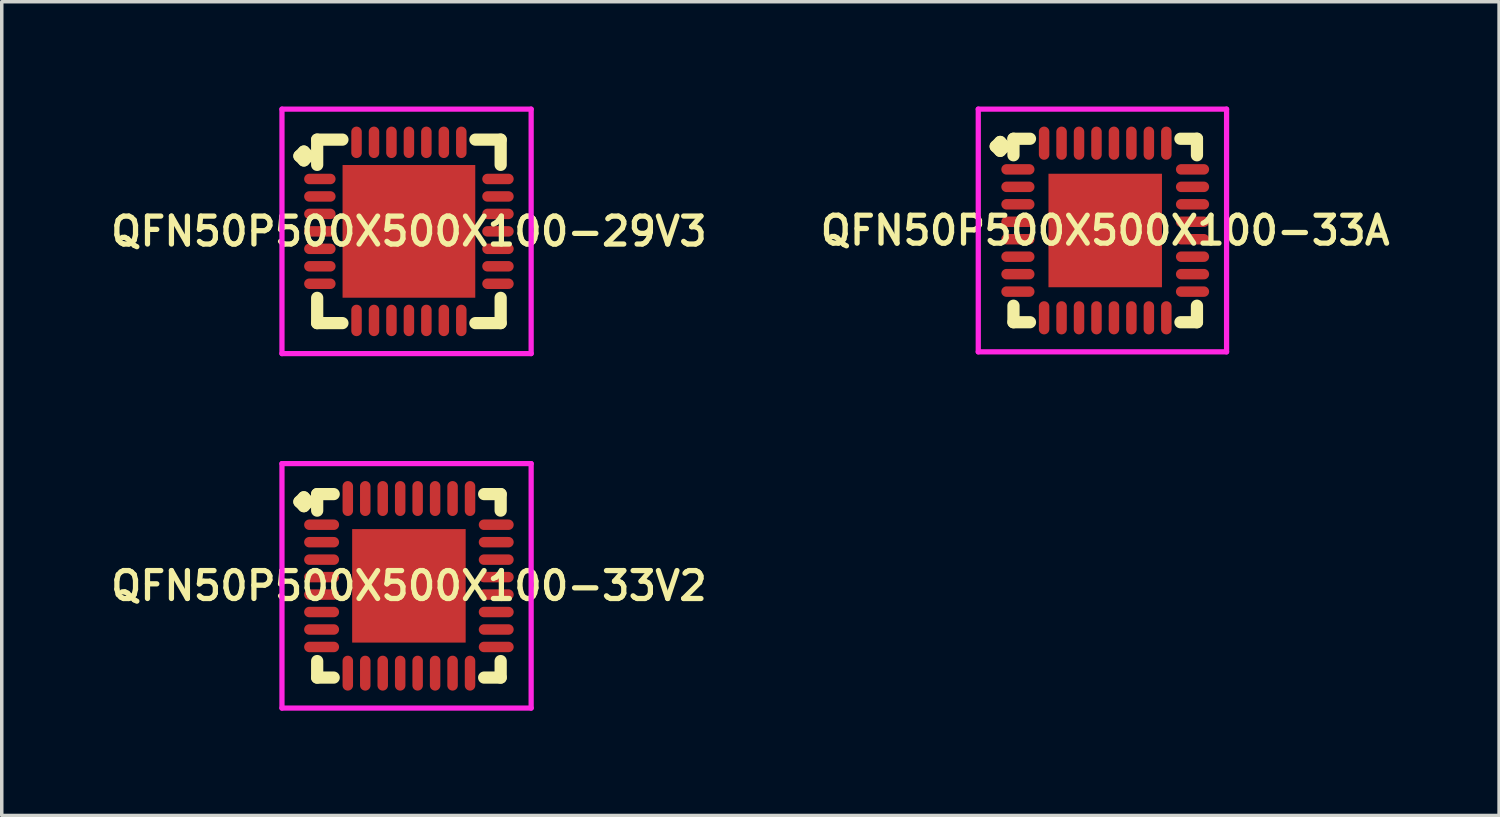
<source format=kicad_pcb>
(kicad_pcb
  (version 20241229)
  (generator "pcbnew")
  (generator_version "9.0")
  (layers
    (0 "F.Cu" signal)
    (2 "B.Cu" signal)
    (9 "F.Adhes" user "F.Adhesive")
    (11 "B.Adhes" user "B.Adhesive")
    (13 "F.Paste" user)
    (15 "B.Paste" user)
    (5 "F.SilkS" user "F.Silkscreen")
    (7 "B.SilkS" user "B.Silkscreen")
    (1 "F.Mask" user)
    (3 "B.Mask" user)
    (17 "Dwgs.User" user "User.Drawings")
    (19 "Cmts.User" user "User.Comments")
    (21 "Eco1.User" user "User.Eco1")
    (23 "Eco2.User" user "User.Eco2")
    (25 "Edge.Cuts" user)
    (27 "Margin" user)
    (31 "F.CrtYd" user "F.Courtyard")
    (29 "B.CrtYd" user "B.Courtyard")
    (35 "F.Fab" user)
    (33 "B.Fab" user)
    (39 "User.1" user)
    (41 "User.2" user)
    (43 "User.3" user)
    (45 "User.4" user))
  (footprint "QFN50P500X500X100-33A"
    (layer "F.Cu")
    (at 28.597 3.55)
    (property "Reference" "QFN50P500X500X100-33A" (at 0 0 0) (layer "F.SilkS") (effects (font (size 0.8 0.8) (thickness 0.15))))
    (attr smd)
    (fp_line (start -3.135 -2.408) (end -3.008 -2.535) (stroke (width 0.35) (type solid)) (layer "F.SilkS"))
    (fp_line (start -3.008 -2.535) (end -2.881 -2.408) (stroke (width 0.35) (type solid)) (layer "F.SilkS"))
    (fp_line (start -3.008 -2.281) (end -3.135 -2.408) (stroke (width 0.35) (type solid)) (layer "F.SilkS"))
    (fp_line (start -2.881 -2.408) (end -3.008 -2.281) (stroke (width 0.35) (type solid)) (layer "F.SilkS"))
    (fp_line (start -2.627 -2.627) (end -2.154 -2.627) (stroke (width 0.35) (type solid)) (layer "F.SilkS"))
    (fp_line (start -2.627 -2.154) (end -2.627 -2.627) (stroke (width 0.35) (type solid)) (layer "F.SilkS"))
    (fp_line (start -2.627 2.154) (end -2.627 2.627) (stroke (width 0.35) (type solid)) (layer "F.SilkS"))
    (fp_line (start -2.627 2.627) (end -2.154 2.627) (stroke (width 0.35) (type solid)) (layer "F.SilkS"))
    (fp_line (start 2.154 -2.627) (end 2.627 -2.627) (stroke (width 0.35) (type solid)) (layer "F.SilkS"))
    (fp_line (start 2.154 2.627) (end 2.627 2.627) (stroke (width 0.35) (type solid)) (layer "F.SilkS"))
    (fp_line (start 2.627 -2.627) (end 2.627 -2.154) (stroke (width 0.35) (type solid)) (layer "F.SilkS"))
    (fp_line (start 2.627 2.627) (end 2.627 2.154) (stroke (width 0.35) (type solid)) (layer "F.SilkS"))
    (fp_line (start -3.635 -3.475) (end 3.475 -3.475) (stroke (width 0.15) (type solid)) (layer "F.CrtYd"))
    (fp_line (start -3.635 3.475) (end -3.635 -3.475) (stroke (width 0.15) (type solid)) (layer "F.CrtYd"))
    (fp_line (start 3.475 -3.475) (end 3.475 3.475) (stroke (width 0.15) (type solid)) (layer "F.CrtYd"))
    (fp_line (start 3.475 3.475) (end -3.635 3.475) (stroke (width 0.15) (type solid)) (layer "F.CrtYd"))
    (pad "1" smd oval (at -2.5 -1.75) (size 0.95 0.3) (layers "F.Cu" "F.Mask" "F.Paste"))
    (pad "2" smd oval (at -2.5 -1.25) (size 0.95 0.3) (layers "F.Cu" "F.Mask" "F.Paste"))
    (pad "3" smd oval (at -2.5 -0.75) (size 0.95 0.3) (layers "F.Cu" "F.Mask" "F.Paste"))
    (pad "4" smd oval (at -2.5 -0.25) (size 0.95 0.3) (layers "F.Cu" "F.Mask" "F.Paste"))
    (pad "5" smd oval (at -2.5 0.25) (size 0.95 0.3) (layers "F.Cu" "F.Mask" "F.Paste"))
    (pad "6" smd oval (at -2.5 0.75) (size 0.95 0.3) (layers "F.Cu" "F.Mask" "F.Paste"))
    (pad "7" smd oval (at -2.5 1.25) (size 0.95 0.3) (layers "F.Cu" "F.Mask" "F.Paste"))
    (pad "8" smd oval (at -2.5 1.75) (size 0.95 0.3) (layers "F.Cu" "F.Mask" "F.Paste"))
    (pad "9" smd oval (at -1.75 2.5) (size 0.3 0.95) (layers "F.Cu" "F.Mask" "F.Paste"))
    (pad "10" smd oval (at -1.25 2.5) (size 0.3 0.95) (layers "F.Cu" "F.Mask" "F.Paste"))
    (pad "11" smd oval (at -0.75 2.5) (size 0.3 0.95) (layers "F.Cu" "F.Mask" "F.Paste"))
    (pad "12" smd oval (at -0.25 2.5) (size 0.3 0.95) (layers "F.Cu" "F.Mask" "F.Paste"))
    (pad "13" smd oval (at 0.25 2.5) (size 0.3 0.95) (layers "F.Cu" "F.Mask" "F.Paste"))
    (pad "14" smd oval (at 0.75 2.5) (size 0.3 0.95) (layers "F.Cu" "F.Mask" "F.Paste"))
    (pad "15" smd oval (at 1.25 2.5) (size 0.3 0.95) (layers "F.Cu" "F.Mask" "F.Paste"))
    (pad "16" smd oval (at 1.75 2.5) (size 0.3 0.95) (layers "F.Cu" "F.Mask" "F.Paste"))
    (pad "17" smd oval (at 2.5 1.75) (size 0.95 0.3) (layers "F.Cu" "F.Mask" "F.Paste"))
    (pad "18" smd oval (at 2.5 1.25) (size 0.95 0.3) (layers "F.Cu" "F.Mask" "F.Paste"))
    (pad "19" smd oval (at 2.5 0.75) (size 0.95 0.3) (layers "F.Cu" "F.Mask" "F.Paste"))
    (pad "20" smd oval (at 2.5 0.25) (size 0.95 0.3) (layers "F.Cu" "F.Mask" "F.Paste"))
    (pad "21" smd oval (at 2.5 -0.25) (size 0.95 0.3) (layers "F.Cu" "F.Mask" "F.Paste"))
    (pad "22" smd oval (at 2.5 -0.75) (size 0.95 0.3) (layers "F.Cu" "F.Mask" "F.Paste"))
    (pad "23" smd oval (at 2.5 -1.25) (size 0.95 0.3) (layers "F.Cu" "F.Mask" "F.Paste"))
    (pad "24" smd oval (at 2.5 -1.75) (size 0.95 0.3) (layers "F.Cu" "F.Mask" "F.Paste"))
    (pad "25" smd oval (at 1.75 -2.5) (size 0.3 0.95) (layers "F.Cu" "F.Mask" "F.Paste"))
    (pad "26" smd oval (at 1.25 -2.5) (size 0.3 0.95) (layers "F.Cu" "F.Mask" "F.Paste"))
    (pad "27" smd oval (at 0.75 -2.5) (size 0.3 0.95) (layers "F.Cu" "F.Mask" "F.Paste"))
    (pad "28" smd oval (at 0.25 -2.5) (size 0.3 0.95) (layers "F.Cu" "F.Mask" "F.Paste"))
    (pad "29" smd oval (at -0.25 -2.5) (size 0.3 0.95) (layers "F.Cu" "F.Mask" "F.Paste"))
    (pad "30" smd oval (at -0.75 -2.5) (size 0.3 0.95) (layers "F.Cu" "F.Mask" "F.Paste"))
    (pad "31" smd oval (at -1.25 -2.5) (size 0.3 0.95) (layers "F.Cu" "F.Mask" "F.Paste"))
    (pad "32" smd oval (at -1.75 -2.5) (size 0.3 0.95) (layers "F.Cu" "F.Mask" "F.Paste"))
    (pad "33" smd rect (at 0 0) (size 3.25 3.25) (layers "F.Cu" "F.Mask" "F.Paste")))
  (footprint "QFN50P500X500X100-29V3"
    (layer "F.Cu")
    (at 8.659 3.575)
    (property "Reference" "QFN50P500X500X100-29V3" (at 0 0 0) (layer "F.SilkS") (effects (font (size 0.8 0.8) (thickness 0.15))))
    (attr smd)
    (fp_line (start -3.135 -2.158) (end -3.008 -2.285) (stroke (width 0.35) (type solid)) (layer "F.SilkS"))
    (fp_line (start -3.008 -2.285) (end -2.881 -2.158) (stroke (width 0.35) (type solid)) (layer "F.SilkS"))
    (fp_line (start -3.008 -2.031) (end -3.135 -2.158) (stroke (width 0.35) (type solid)) (layer "F.SilkS"))
    (fp_line (start -2.881 -2.158) (end -3.008 -2.031) (stroke (width 0.35) (type solid)) (layer "F.SilkS"))
    (fp_line (start -2.627 -2.627) (end -1.904 -2.627) (stroke (width 0.35) (type solid)) (layer "F.SilkS"))
    (fp_line (start -2.627 -1.904) (end -2.627 -2.627) (stroke (width 0.35) (type solid)) (layer "F.SilkS"))
    (fp_line (start -2.627 1.904) (end -2.627 2.627) (stroke (width 0.35) (type solid)) (layer "F.SilkS"))
    (fp_line (start -2.627 2.627) (end -1.904 2.627) (stroke (width 0.35) (type solid)) (layer "F.SilkS"))
    (fp_line (start 1.904 -2.627) (end 2.627 -2.627) (stroke (width 0.35) (type solid)) (layer "F.SilkS"))
    (fp_line (start 1.904 2.627) (end 2.627 2.627) (stroke (width 0.35) (type solid)) (layer "F.SilkS"))
    (fp_line (start 2.627 -2.627) (end 2.627 -1.904) (stroke (width 0.35) (type solid)) (layer "F.SilkS"))
    (fp_line (start 2.627 2.627) (end 2.627 1.904) (stroke (width 0.35) (type solid)) (layer "F.SilkS"))
    (fp_line (start -3.635 -3.5) (end 3.5 -3.5) (stroke (width 0.15) (type solid)) (layer "F.CrtYd"))
    (fp_line (start -3.635 3.5) (end -3.635 -3.5) (stroke (width 0.15) (type solid)) (layer "F.CrtYd"))
    (fp_line (start 3.5 -3.5) (end 3.5 3.5) (stroke (width 0.15) (type solid)) (layer "F.CrtYd"))
    (fp_line (start 3.5 3.5) (end -3.635 3.5) (stroke (width 0.15) (type solid)) (layer "F.CrtYd"))
    (pad "1" smd oval (at -2.55 -1.5) (size 0.9 0.3) (layers "F.Cu" "F.Mask" "F.Paste"))
    (pad "2" smd oval (at -2.55 -1) (size 0.9 0.3) (layers "F.Cu" "F.Mask" "F.Paste"))
    (pad "3" smd oval (at -2.55 -0.5) (size 0.9 0.3) (layers "F.Cu" "F.Mask" "F.Paste"))
    (pad "4" smd oval (at -2.55 0) (size 0.9 0.3) (layers "F.Cu" "F.Mask" "F.Paste"))
    (pad "5" smd oval (at -2.55 0.5) (size 0.9 0.3) (layers "F.Cu" "F.Mask" "F.Paste"))
    (pad "6" smd oval (at -2.55 1) (size 0.9 0.3) (layers "F.Cu" "F.Mask" "F.Paste"))
    (pad "7" smd oval (at -2.55 1.5) (size 0.9 0.3) (layers "F.Cu" "F.Mask" "F.Paste"))
    (pad "8" smd oval (at -1.5 2.55) (size 0.3 0.9) (layers "F.Cu" "F.Mask" "F.Paste"))
    (pad "9" smd oval (at -1 2.55) (size 0.3 0.9) (layers "F.Cu" "F.Mask" "F.Paste"))
    (pad "10" smd oval (at -0.5 2.55) (size 0.3 0.9) (layers "F.Cu" "F.Mask" "F.Paste"))
    (pad "11" smd oval (at 0 2.55) (size 0.3 0.9) (layers "F.Cu" "F.Mask" "F.Paste"))
    (pad "12" smd oval (at 0.5 2.55) (size 0.3 0.9) (layers "F.Cu" "F.Mask" "F.Paste"))
    (pad "13" smd oval (at 1 2.55) (size 0.3 0.9) (layers "F.Cu" "F.Mask" "F.Paste"))
    (pad "14" smd oval (at 1.5 2.55) (size 0.3 0.9) (layers "F.Cu" "F.Mask" "F.Paste"))
    (pad "15" smd oval (at 2.55 1.5) (size 0.9 0.3) (layers "F.Cu" "F.Mask" "F.Paste"))
    (pad "16" smd oval (at 2.55 1) (size 0.9 0.3) (layers "F.Cu" "F.Mask" "F.Paste"))
    (pad "17" smd oval (at 2.55 0.5) (size 0.9 0.3) (layers "F.Cu" "F.Mask" "F.Paste"))
    (pad "18" smd oval (at 2.55 0) (size 0.9 0.3) (layers "F.Cu" "F.Mask" "F.Paste"))
    (pad "19" smd oval (at 2.55 -0.5) (size 0.9 0.3) (layers "F.Cu" "F.Mask" "F.Paste"))
    (pad "20" smd oval (at 2.55 -1) (size 0.9 0.3) (layers "F.Cu" "F.Mask" "F.Paste"))
    (pad "21" smd oval (at 2.55 -1.5) (size 0.9 0.3) (layers "F.Cu" "F.Mask" "F.Paste"))
    (pad "22" smd oval (at 1.5 -2.55) (size 0.3 0.9) (layers "F.Cu" "F.Mask" "F.Paste"))
    (pad "23" smd oval (at 1 -2.55) (size 0.3 0.9) (layers "F.Cu" "F.Mask" "F.Paste"))
    (pad "24" smd oval (at 0.5 -2.55) (size 0.3 0.9) (layers "F.Cu" "F.Mask" "F.Paste"))
    (pad "25" smd oval (at 0 -2.55) (size 0.3 0.9) (layers "F.Cu" "F.Mask" "F.Paste"))
    (pad "26" smd oval (at -0.5 -2.55) (size 0.3 0.9) (layers "F.Cu" "F.Mask" "F.Paste"))
    (pad "27" smd oval (at -1 -2.55) (size 0.3 0.9) (layers "F.Cu" "F.Mask" "F.Paste"))
    (pad "28" smd oval (at -1.5 -2.55) (size 0.3 0.9) (layers "F.Cu" "F.Mask" "F.Paste"))
    (pad "29" smd rect (at 0 0) (size 3.8 3.8) (layers "F.Cu" "F.Mask" "F.Paste")))
  (footprint "QFN50P500X500X100-33V2"
    (layer "F.Cu")
    (at 8.659 13.725)
    (property "Reference" "QFN50P500X500X100-33V2" (at 0 0 0) (layer "F.SilkS") (effects (font (size 0.8 0.8) (thickness 0.15))))
    (attr smd)
    (fp_line (start -3.135 -2.408) (end -3.008 -2.535) (stroke (width 0.35) (type solid)) (layer "F.SilkS"))
    (fp_line (start -3.008 -2.535) (end -2.881 -2.408) (stroke (width 0.35) (type solid)) (layer "F.SilkS"))
    (fp_line (start -3.008 -2.281) (end -3.135 -2.408) (stroke (width 0.35) (type solid)) (layer "F.SilkS"))
    (fp_line (start -2.881 -2.408) (end -3.008 -2.281) (stroke (width 0.35) (type solid)) (layer "F.SilkS"))
    (fp_line (start -2.627 -2.627) (end -2.154 -2.627) (stroke (width 0.35) (type solid)) (layer "F.SilkS"))
    (fp_line (start -2.627 -2.154) (end -2.627 -2.627) (stroke (width 0.35) (type solid)) (layer "F.SilkS"))
    (fp_line (start -2.627 2.154) (end -2.627 2.627) (stroke (width 0.35) (type solid)) (layer "F.SilkS"))
    (fp_line (start -2.627 2.627) (end -2.154 2.627) (stroke (width 0.35) (type solid)) (layer "F.SilkS"))
    (fp_line (start 2.154 -2.627) (end 2.627 -2.627) (stroke (width 0.35) (type solid)) (layer "F.SilkS"))
    (fp_line (start 2.154 2.627) (end 2.627 2.627) (stroke (width 0.35) (type solid)) (layer "F.SilkS"))
    (fp_line (start 2.627 -2.627) (end 2.627 -2.154) (stroke (width 0.35) (type solid)) (layer "F.SilkS"))
    (fp_line (start 2.627 2.627) (end 2.627 2.154) (stroke (width 0.35) (type solid)) (layer "F.SilkS"))
    (fp_line (start -3.635 -3.5) (end 3.5 -3.5) (stroke (width 0.15) (type solid)) (layer "F.CrtYd"))
    (fp_line (start -3.635 3.5) (end -3.635 -3.5) (stroke (width 0.15) (type solid)) (layer "F.CrtYd"))
    (fp_line (start 3.5 -3.5) (end 3.5 3.5) (stroke (width 0.15) (type solid)) (layer "F.CrtYd"))
    (fp_line (start 3.5 3.5) (end -3.635 3.5) (stroke (width 0.15) (type solid)) (layer "F.CrtYd"))
    (pad "1" smd oval (at -2.5 -1.75) (size 1 0.3) (layers "F.Cu" "F.Mask" "F.Paste"))
    (pad "2" smd oval (at -2.5 -1.25) (size 1 0.3) (layers "F.Cu" "F.Mask" "F.Paste"))
    (pad "3" smd oval (at -2.5 -0.75) (size 1 0.3) (layers "F.Cu" "F.Mask" "F.Paste"))
    (pad "4" smd oval (at -2.5 -0.25) (size 1 0.3) (layers "F.Cu" "F.Mask" "F.Paste"))
    (pad "5" smd oval (at -2.5 0.25) (size 1 0.3) (layers "F.Cu" "F.Mask" "F.Paste"))
    (pad "6" smd oval (at -2.5 0.75) (size 1 0.3) (layers "F.Cu" "F.Mask" "F.Paste"))
    (pad "7" smd oval (at -2.5 1.25) (size 1 0.3) (layers "F.Cu" "F.Mask" "F.Paste"))
    (pad "8" smd oval (at -2.5 1.75) (size 1 0.3) (layers "F.Cu" "F.Mask" "F.Paste"))
    (pad "9" smd oval (at -1.75 2.5) (size 0.3 1) (layers "F.Cu" "F.Mask" "F.Paste"))
    (pad "10" smd oval (at -1.25 2.5) (size 0.3 1) (layers "F.Cu" "F.Mask" "F.Paste"))
    (pad "11" smd oval (at -0.75 2.5) (size 0.3 1) (layers "F.Cu" "F.Mask" "F.Paste"))
    (pad "12" smd oval (at -0.25 2.5) (size 0.3 1) (layers "F.Cu" "F.Mask" "F.Paste"))
    (pad "13" smd oval (at 0.25 2.5) (size 0.3 1) (layers "F.Cu" "F.Mask" "F.Paste"))
    (pad "14" smd oval (at 0.75 2.5) (size 0.3 1) (layers "F.Cu" "F.Mask" "F.Paste"))
    (pad "15" smd oval (at 1.25 2.5) (size 0.3 1) (layers "F.Cu" "F.Mask" "F.Paste"))
    (pad "16" smd oval (at 1.75 2.5) (size 0.3 1) (layers "F.Cu" "F.Mask" "F.Paste"))
    (pad "17" smd oval (at 2.5 1.75) (size 1 0.3) (layers "F.Cu" "F.Mask" "F.Paste"))
    (pad "18" smd oval (at 2.5 1.25) (size 1 0.3) (layers "F.Cu" "F.Mask" "F.Paste"))
    (pad "19" smd oval (at 2.5 0.75) (size 1 0.3) (layers "F.Cu" "F.Mask" "F.Paste"))
    (pad "20" smd oval (at 2.5 0.25) (size 1 0.3) (layers "F.Cu" "F.Mask" "F.Paste"))
    (pad "21" smd oval (at 2.5 -0.25) (size 1 0.3) (layers "F.Cu" "F.Mask" "F.Paste"))
    (pad "22" smd oval (at 2.5 -0.75) (size 1 0.3) (layers "F.Cu" "F.Mask" "F.Paste"))
    (pad "23" smd oval (at 2.5 -1.25) (size 1 0.3) (layers "F.Cu" "F.Mask" "F.Paste"))
    (pad "24" smd oval (at 2.5 -1.75) (size 1 0.3) (layers "F.Cu" "F.Mask" "F.Paste"))
    (pad "25" smd oval (at 1.75 -2.5) (size 0.3 1) (layers "F.Cu" "F.Mask" "F.Paste"))
    (pad "26" smd oval (at 1.25 -2.5) (size 0.3 1) (layers "F.Cu" "F.Mask" "F.Paste"))
    (pad "27" smd oval (at 0.75 -2.5) (size 0.3 1) (layers "F.Cu" "F.Mask" "F.Paste"))
    (pad "28" smd oval (at 0.25 -2.5) (size 0.3 1) (layers "F.Cu" "F.Mask" "F.Paste"))
    (pad "29" smd oval (at -0.25 -2.5) (size 0.3 1) (layers "F.Cu" "F.Mask" "F.Paste"))
    (pad "30" smd oval (at -0.75 -2.5) (size 0.3 1) (layers "F.Cu" "F.Mask" "F.Paste"))
    (pad "31" smd oval (at -1.25 -2.5) (size 0.3 1) (layers "F.Cu" "F.Mask" "F.Paste"))
    (pad "32" smd oval (at -1.75 -2.5) (size 0.3 1) (layers "F.Cu" "F.Mask" "F.Paste"))
    (pad "33" smd rect (at 0 0) (size 3.25 3.25) (layers "F.Cu" "F.Mask" "F.Paste")))
  (gr_rect
    (start -3 -3)
    (end 39.875 20.3)
    (stroke (width 0.1) (type default))
    (fill no)
    (layer "Edge.Cuts")))
</source>
